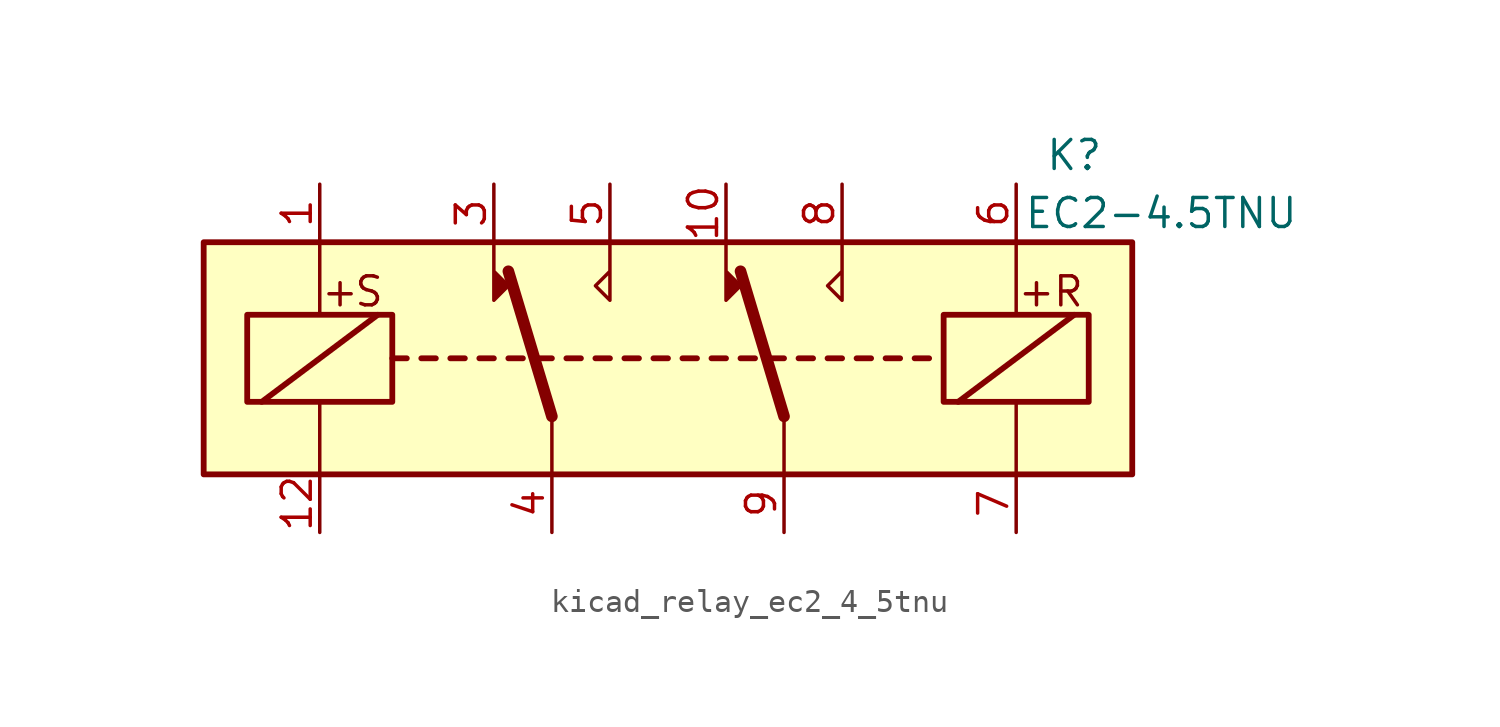
<source format=kicad_sym>
(kicad_symbol_lib
  (version 20220914)
  (generator kicad_symbol_editor)
  (symbol "kicad_relay_ec2_4_5tnu"
    (property "Reference" "K"
      (at 17.78 8.89 0)
      (effects (font (size 1.27 1.27))))
    (property "Value" "EC2-4.5TNU"
      (at 21.59 6.35 0)
      (effects (font (size 1.27 1.27))))
    (symbol "kicad_relay_ec2_4_5tnu_1_1"
      (rectangle (start -20.32 5.08) (end 20.32 -5.08) (stroke (width 0.254) (type default)) (fill (type background)))
      (rectangle (start -18.415 1.905) (end -12.065 -1.905) (stroke (width 0.254) (type default)) (fill (type none)))
      (polyline (pts (xy -17.78 -1.905) (xy -12.7 1.905)) (stroke (width 0.254) (type default)) (fill (type none)))
      (polyline (pts (xy -15.24 -5.08) (xy -15.24 -1.905)) (stroke (width 0) (type default)) (fill (type none)))
      (polyline (pts (xy -15.24 5.08) (xy -15.24 1.905)) (stroke (width 0) (type default)) (fill (type none)))
      (polyline (pts (xy -12.065 0) (xy -11.43 0)) (stroke (width 0.254) (type default)) (fill (type none)))
      (polyline (pts (xy -10.795 0) (xy -10.16 0)) (stroke (width 0.254) (type default)) (fill (type none)))
      (polyline (pts (xy -9.525 0) (xy -8.89 0)) (stroke (width 0.254) (type default)) (fill (type none)))
      (polyline (pts (xy -8.255 0) (xy -7.62 0)) (stroke (width 0.254) (type default)) (fill (type none)))
      (polyline (pts (xy -6.985 0) (xy -6.35 0)) (stroke (width 0.254) (type default)) (fill (type none)))
      (polyline (pts (xy -5.715 0) (xy -5.08 0)) (stroke (width 0.254) (type default)) (fill (type none)))
      (polyline (pts (xy -5.08 -2.54) (xy -6.985 3.81)) (stroke (width 0.508) (type default)) (fill (type none)))
      (polyline (pts (xy -5.08 -2.54) (xy -5.08 -5.08)) (stroke (width 0) (type default)) (fill (type none)))
      (polyline (pts (xy -4.445 0) (xy -3.81 0)) (stroke (width 0.254) (type default)) (fill (type none)))
      (polyline (pts (xy -3.175 0) (xy -2.54 0)) (stroke (width 0.254) (type default)) (fill (type none)))
      (polyline (pts (xy -1.905 0) (xy -1.27 0)) (stroke (width 0.254) (type default)) (fill (type none)))
      (polyline (pts (xy -0.635 0) (xy 0 0)) (stroke (width 0.254) (type default)) (fill (type none)))
      (polyline (pts (xy 0.635 0) (xy 1.27 0)) (stroke (width 0.254) (type default)) (fill (type none)))
      (polyline (pts (xy 1.905 0) (xy 2.54 0)) (stroke (width 0.254) (type default)) (fill (type none)))
      (polyline (pts (xy 3.175 0) (xy 3.81 0)) (stroke (width 0.254) (type default)) (fill (type none)))
      (polyline (pts (xy 4.445 0) (xy 5.08 0)) (stroke (width 0.254) (type default)) (fill (type none)))
      (polyline (pts (xy 5.08 -2.54) (xy 3.175 3.81)) (stroke (width 0.508) (type default)) (fill (type none)))
      (polyline (pts (xy 5.08 -2.54) (xy 5.08 -5.08)) (stroke (width 0) (type default)) (fill (type none)))
      (polyline (pts (xy 5.715 0) (xy 6.35 0)) (stroke (width 0.254) (type default)) (fill (type none)))
      (polyline (pts (xy 6.985 0) (xy 7.62 0)) (stroke (width 0.254) (type default)) (fill (type none)))
      (polyline (pts (xy 8.255 0) (xy 8.89 0)) (stroke (width 0.254) (type default)) (fill (type none)))
      (polyline (pts (xy 9.525 0) (xy 10.16 0)) (stroke (width 0.254) (type default)) (fill (type none)))
      (polyline (pts (xy 10.795 0) (xy 11.43 0)) (stroke (width 0.254) (type default)) (fill (type none)))
      (polyline (pts (xy 12.7 -1.905) (xy 17.78 1.905)) (stroke (width 0.254) (type default)) (fill (type none)))
      (polyline (pts (xy 15.24 -5.08) (xy 15.24 -1.905)) (stroke (width 0) (type default)) (fill (type none)))
      (polyline (pts (xy 15.24 5.08) (xy 15.24 1.905)) (stroke (width 0) (type default)) (fill (type none)))
      (polyline (pts (xy -7.62 5.08) (xy -7.62 2.54) (xy -6.985 3.175) (xy -7.62 3.81)) (stroke (width 0) (type default)) (fill (type outline)))
      (polyline (pts (xy -2.54 5.08) (xy -2.54 2.54) (xy -3.175 3.175) (xy -2.54 3.81)) (stroke (width 0) (type default)) (fill (type none)))
      (polyline (pts (xy 2.54 5.08) (xy 2.54 2.54) (xy 3.175 3.175) (xy 2.54 3.81)) (stroke (width 0) (type default)) (fill (type outline)))
      (polyline (pts (xy 7.62 5.08) (xy 7.62 2.54) (xy 6.985 3.175) (xy 7.62 3.81)) (stroke (width 0) (type default)) (fill (type none)))
      (rectangle (start 12.065 1.905) (end 18.415 -1.905) (stroke (width 0.254) (type default)) (fill (type none)))
      (text "+" (at -14.351 2.921 0) (effects (font (size 1.27 1.27))))
      (text "+" (at 16.129 2.921 0) (effects (font (size 1.27 1.27))))
      (text "R" (at 17.526 2.921 0) (effects (font (size 1.27 1.27))))
      (text "S" (at -13.081 2.921 0) (effects (font (size 1.27 1.27))))
      (pin passive line (at -15.24 7.62 270) (length 2.54) (name "~" (effects (font (size 1.27 1.27)))) (number "1" (effects (font (size 1.27 1.27)))))
      (pin passive line (at 2.54 7.62 270) (length 2.54) (name "~" (effects (font (size 1.27 1.27)))) (number "10" (effects (font (size 1.27 1.27)))))
      (pin passive line (at -15.24 -7.62 90) (length 2.54) (name "~" (effects (font (size 1.27 1.27)))) (number "12" (effects (font (size 1.27 1.27)))))
      (pin passive line (at -7.62 7.62 270) (length 2.54) (name "~" (effects (font (size 1.27 1.27)))) (number "3" (effects (font (size 1.27 1.27)))))
      (pin passive line (at -5.08 -7.62 90) (length 2.54) (name "~" (effects (font (size 1.27 1.27)))) (number "4" (effects (font (size 1.27 1.27)))))
      (pin passive line (at -2.54 7.62 270) (length 2.54) (name "~" (effects (font (size 1.27 1.27)))) (number "5" (effects (font (size 1.27 1.27)))))
      (pin passive line (at 15.24 7.62 270) (length 2.54) (name "~" (effects (font (size 1.27 1.27)))) (number "6" (effects (font (size 1.27 1.27)))))
      (pin passive line (at 15.24 -7.62 90) (length 2.54) (name "~" (effects (font (size 1.27 1.27)))) (number "7" (effects (font (size 1.27 1.27)))))
      (pin passive line (at 7.62 7.62 270) (length 2.54) (name "~" (effects (font (size 1.27 1.27)))) (number "8" (effects (font (size 1.27 1.27)))))
      (pin passive line (at 5.08 -7.62 90) (length 2.54) (name "~" (effects (font (size 1.27 1.27)))) (number "9" (effects (font (size 1.27 1.27))))))))
</source>
